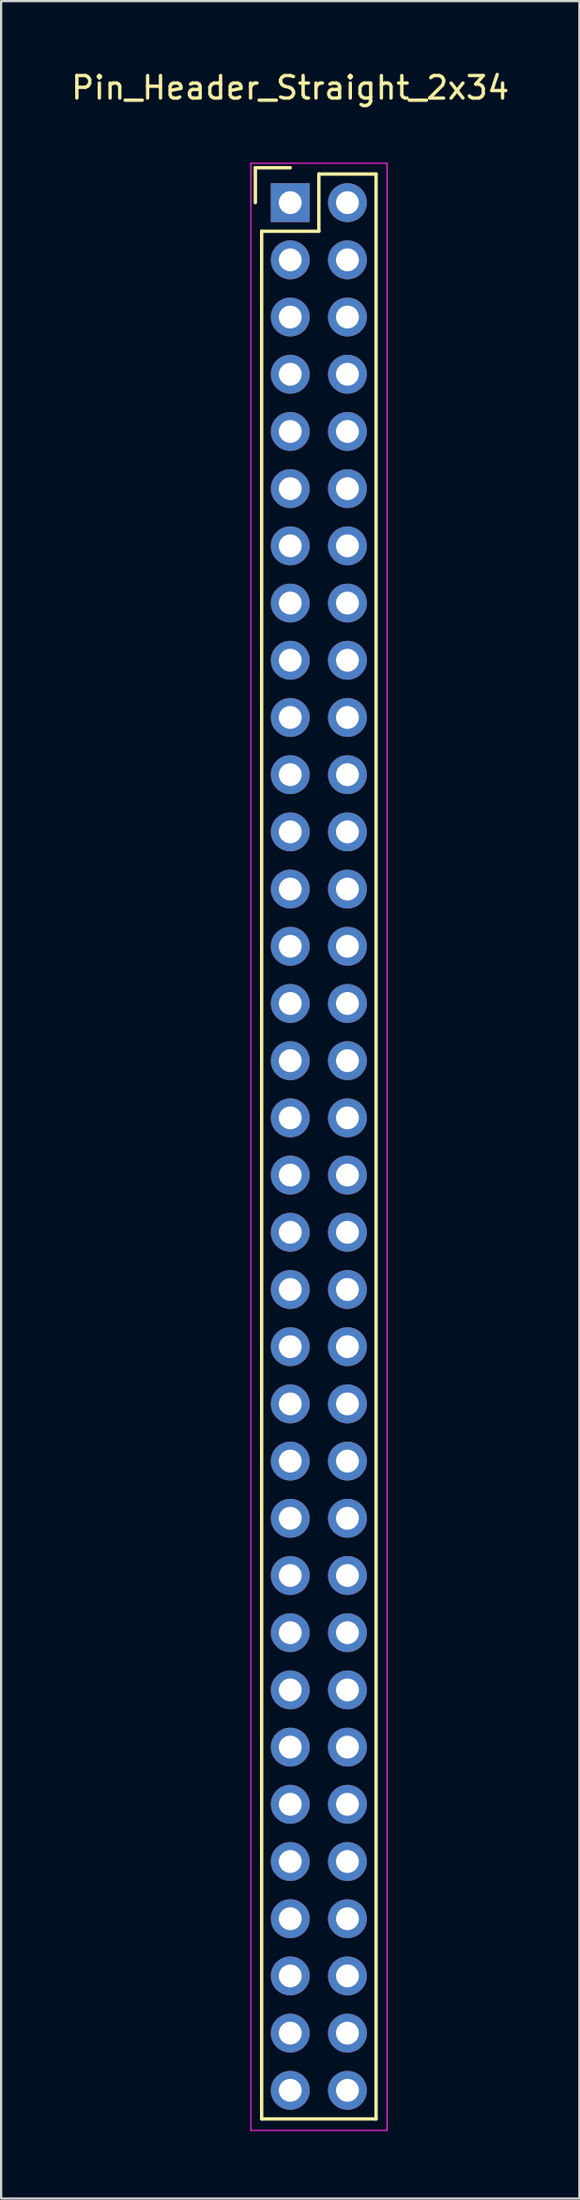
<source format=kicad_pcb>
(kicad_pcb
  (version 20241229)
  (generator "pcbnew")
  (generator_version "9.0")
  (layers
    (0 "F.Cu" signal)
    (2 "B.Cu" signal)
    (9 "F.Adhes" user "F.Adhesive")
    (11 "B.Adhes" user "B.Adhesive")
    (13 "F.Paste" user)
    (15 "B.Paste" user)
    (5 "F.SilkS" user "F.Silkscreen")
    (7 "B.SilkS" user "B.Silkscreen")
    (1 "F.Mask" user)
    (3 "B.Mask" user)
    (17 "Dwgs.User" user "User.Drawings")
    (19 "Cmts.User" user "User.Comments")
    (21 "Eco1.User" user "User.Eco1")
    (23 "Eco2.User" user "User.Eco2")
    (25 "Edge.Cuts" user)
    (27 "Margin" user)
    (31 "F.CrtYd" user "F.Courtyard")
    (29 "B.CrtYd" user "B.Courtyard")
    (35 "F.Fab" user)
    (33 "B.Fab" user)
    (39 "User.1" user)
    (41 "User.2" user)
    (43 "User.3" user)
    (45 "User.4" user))
  (footprint "Pin_Header_Straight_2x34"
    (layer "F.Cu")
    (at 9.839 5.948)
    (property "Reference" "Pin_Header_Straight_2x34" (at 0 -5.1 0) (layer "F.SilkS") (effects (font (size 1 1) (thickness 0.15))))
    (attr through_hole)
    (fp_line (start -1.55 -1.55) (end -1.55 0) (stroke (width 0.15) (type solid)) (layer "F.SilkS"))
    (fp_line (start -1.27 1.27) (end -1.27 85.09) (stroke (width 0.15) (type solid)) (layer "F.SilkS"))
    (fp_line (start 0 -1.55) (end -1.55 -1.55) (stroke (width 0.15) (type solid)) (layer "F.SilkS"))
    (fp_line (start 1.27 -1.27) (end 1.27 1.27) (stroke (width 0.15) (type solid)) (layer "F.SilkS"))
    (fp_line (start 1.27 1.27) (end -1.27 1.27) (stroke (width 0.15) (type solid)) (layer "F.SilkS"))
    (fp_line (start 3.81 -1.27) (end 1.27 -1.27) (stroke (width 0.15) (type solid)) (layer "F.SilkS"))
    (fp_line (start 3.81 85.09) (end -1.27 85.09) (stroke (width 0.15) (type solid)) (layer "F.SilkS"))
    (fp_line (start 3.81 85.09) (end 3.81 -1.27) (stroke (width 0.15) (type solid)) (layer "F.SilkS"))
    (fp_line (start -1.75 -1.75) (end -1.75 85.6) (stroke (width 0.05) (type solid)) (layer "F.CrtYd"))
    (fp_line (start -1.75 -1.75) (end 4.3 -1.75) (stroke (width 0.05) (type solid)) (layer "F.CrtYd"))
    (fp_line (start -1.75 85.6) (end 4.3 85.6) (stroke (width 0.05) (type solid)) (layer "F.CrtYd"))
    (fp_line (start 4.3 -1.75) (end 4.3 85.6) (stroke (width 0.05) (type solid)) (layer "F.CrtYd"))
    (pad "1" thru_hole rect (at 0 0) (size 1.727 1.727) (drill 1.016) (layers "*.Cu" "*.Mask"))
    (pad "2" thru_hole oval (at 2.54 0) (size 1.727 1.727) (drill 1.016) (layers "*.Cu" "*.Mask"))
    (pad "3" thru_hole oval (at 0 2.54) (size 1.727 1.727) (drill 1.016) (layers "*.Cu" "*.Mask"))
    (pad "4" thru_hole oval (at 2.54 2.54) (size 1.727 1.727) (drill 1.016) (layers "*.Cu" "*.Mask"))
    (pad "5" thru_hole oval (at 0 5.08) (size 1.727 1.727) (drill 1.016) (layers "*.Cu" "*.Mask"))
    (pad "6" thru_hole oval (at 2.54 5.08) (size 1.727 1.727) (drill 1.016) (layers "*.Cu" "*.Mask"))
    (pad "7" thru_hole oval (at 0 7.62) (size 1.727 1.727) (drill 1.016) (layers "*.Cu" "*.Mask"))
    (pad "8" thru_hole oval (at 2.54 7.62) (size 1.727 1.727) (drill 1.016) (layers "*.Cu" "*.Mask"))
    (pad "9" thru_hole oval (at 0 10.16) (size 1.727 1.727) (drill 1.016) (layers "*.Cu" "*.Mask"))
    (pad "10" thru_hole oval (at 2.54 10.16) (size 1.727 1.727) (drill 1.016) (layers "*.Cu" "*.Mask"))
    (pad "11" thru_hole oval (at 0 12.7) (size 1.727 1.727) (drill 1.016) (layers "*.Cu" "*.Mask"))
    (pad "12" thru_hole oval (at 2.54 12.7) (size 1.727 1.727) (drill 1.016) (layers "*.Cu" "*.Mask"))
    (pad "13" thru_hole oval (at 0 15.24) (size 1.727 1.727) (drill 1.016) (layers "*.Cu" "*.Mask"))
    (pad "14" thru_hole oval (at 2.54 15.24) (size 1.727 1.727) (drill 1.016) (layers "*.Cu" "*.Mask"))
    (pad "15" thru_hole oval (at 0 17.78) (size 1.727 1.727) (drill 1.016) (layers "*.Cu" "*.Mask"))
    (pad "16" thru_hole oval (at 2.54 17.78) (size 1.727 1.727) (drill 1.016) (layers "*.Cu" "*.Mask"))
    (pad "17" thru_hole oval (at 0 20.32) (size 1.727 1.727) (drill 1.016) (layers "*.Cu" "*.Mask"))
    (pad "18" thru_hole oval (at 2.54 20.32) (size 1.727 1.727) (drill 1.016) (layers "*.Cu" "*.Mask"))
    (pad "19" thru_hole oval (at 0 22.86) (size 1.727 1.727) (drill 1.016) (layers "*.Cu" "*.Mask"))
    (pad "20" thru_hole oval (at 2.54 22.86) (size 1.727 1.727) (drill 1.016) (layers "*.Cu" "*.Mask"))
    (pad "21" thru_hole oval (at 0 25.4) (size 1.727 1.727) (drill 1.016) (layers "*.Cu" "*.Mask"))
    (pad "22" thru_hole oval (at 2.54 25.4) (size 1.727 1.727) (drill 1.016) (layers "*.Cu" "*.Mask"))
    (pad "23" thru_hole oval (at 0 27.94) (size 1.727 1.727) (drill 1.016) (layers "*.Cu" "*.Mask"))
    (pad "24" thru_hole oval (at 2.54 27.94) (size 1.727 1.727) (drill 1.016) (layers "*.Cu" "*.Mask"))
    (pad "25" thru_hole oval (at 0 30.48) (size 1.727 1.727) (drill 1.016) (layers "*.Cu" "*.Mask"))
    (pad "26" thru_hole oval (at 2.54 30.48) (size 1.727 1.727) (drill 1.016) (layers "*.Cu" "*.Mask"))
    (pad "27" thru_hole oval (at 0 33.02) (size 1.727 1.727) (drill 1.016) (layers "*.Cu" "*.Mask"))
    (pad "28" thru_hole oval (at 2.54 33.02) (size 1.727 1.727) (drill 1.016) (layers "*.Cu" "*.Mask"))
    (pad "29" thru_hole oval (at 0 35.56) (size 1.727 1.727) (drill 1.016) (layers "*.Cu" "*.Mask"))
    (pad "30" thru_hole oval (at 2.54 35.56) (size 1.727 1.727) (drill 1.016) (layers "*.Cu" "*.Mask"))
    (pad "31" thru_hole oval (at 0 38.1) (size 1.727 1.727) (drill 1.016) (layers "*.Cu" "*.Mask"))
    (pad "32" thru_hole oval (at 2.54 38.1) (size 1.727 1.727) (drill 1.016) (layers "*.Cu" "*.Mask"))
    (pad "33" thru_hole oval (at 0 40.64) (size 1.727 1.727) (drill 1.016) (layers "*.Cu" "*.Mask"))
    (pad "34" thru_hole oval (at 2.54 40.64) (size 1.727 1.727) (drill 1.016) (layers "*.Cu" "*.Mask"))
    (pad "35" thru_hole oval (at 0 43.18) (size 1.727 1.727) (drill 1.016) (layers "*.Cu" "*.Mask"))
    (pad "36" thru_hole oval (at 2.54 43.18) (size 1.727 1.727) (drill 1.016) (layers "*.Cu" "*.Mask"))
    (pad "37" thru_hole oval (at 0 45.72) (size 1.727 1.727) (drill 1.016) (layers "*.Cu" "*.Mask"))
    (pad "38" thru_hole oval (at 2.54 45.72) (size 1.727 1.727) (drill 1.016) (layers "*.Cu" "*.Mask"))
    (pad "39" thru_hole oval (at 0 48.26) (size 1.727 1.727) (drill 1.016) (layers "*.Cu" "*.Mask"))
    (pad "40" thru_hole oval (at 2.54 48.26) (size 1.727 1.727) (drill 1.016) (layers "*.Cu" "*.Mask"))
    (pad "41" thru_hole oval (at 0 50.8) (size 1.727 1.727) (drill 1.016) (layers "*.Cu" "*.Mask"))
    (pad "42" thru_hole oval (at 2.54 50.8) (size 1.727 1.727) (drill 1.016) (layers "*.Cu" "*.Mask"))
    (pad "43" thru_hole oval (at 0 53.34) (size 1.727 1.727) (drill 1.016) (layers "*.Cu" "*.Mask"))
    (pad "44" thru_hole oval (at 2.54 53.34) (size 1.727 1.727) (drill 1.016) (layers "*.Cu" "*.Mask"))
    (pad "45" thru_hole oval (at 0 55.88) (size 1.727 1.727) (drill 1.016) (layers "*.Cu" "*.Mask"))
    (pad "46" thru_hole oval (at 2.54 55.88) (size 1.727 1.727) (drill 1.016) (layers "*.Cu" "*.Mask"))
    (pad "47" thru_hole oval (at 0 58.42) (size 1.727 1.727) (drill 1.016) (layers "*.Cu" "*.Mask"))
    (pad "48" thru_hole oval (at 2.54 58.42) (size 1.727 1.727) (drill 1.016) (layers "*.Cu" "*.Mask"))
    (pad "49" thru_hole oval (at 0 60.96) (size 1.727 1.727) (drill 1.016) (layers "*.Cu" "*.Mask"))
    (pad "50" thru_hole oval (at 2.54 60.96) (size 1.727 1.727) (drill 1.016) (layers "*.Cu" "*.Mask"))
    (pad "51" thru_hole oval (at 0 63.5) (size 1.727 1.727) (drill 1.016) (layers "*.Cu" "*.Mask"))
    (pad "52" thru_hole oval (at 2.54 63.5) (size 1.727 1.727) (drill 1.016) (layers "*.Cu" "*.Mask"))
    (pad "53" thru_hole oval (at 0 66.04) (size 1.727 1.727) (drill 1.016) (layers "*.Cu" "*.Mask"))
    (pad "54" thru_hole oval (at 2.54 66.04) (size 1.727 1.727) (drill 1.016) (layers "*.Cu" "*.Mask"))
    (pad "55" thru_hole oval (at 0 68.58) (size 1.727 1.727) (drill 1.016) (layers "*.Cu" "*.Mask"))
    (pad "56" thru_hole oval (at 2.54 68.58) (size 1.727 1.727) (drill 1.016) (layers "*.Cu" "*.Mask"))
    (pad "57" thru_hole oval (at 0 71.12) (size 1.727 1.727) (drill 1.016) (layers "*.Cu" "*.Mask"))
    (pad "58" thru_hole oval (at 2.54 71.12) (size 1.727 1.727) (drill 1.016) (layers "*.Cu" "*.Mask"))
    (pad "59" thru_hole oval (at 0 73.66) (size 1.727 1.727) (drill 1.016) (layers "*.Cu" "*.Mask"))
    (pad "60" thru_hole oval (at 2.54 73.66) (size 1.727 1.727) (drill 1.016) (layers "*.Cu" "*.Mask"))
    (pad "61" thru_hole oval (at 0 76.2) (size 1.727 1.727) (drill 1.016) (layers "*.Cu" "*.Mask"))
    (pad "62" thru_hole oval (at 2.54 76.2) (size 1.727 1.727) (drill 1.016) (layers "*.Cu" "*.Mask"))
    (pad "63" thru_hole oval (at 0 78.74) (size 1.727 1.727) (drill 1.016) (layers "*.Cu" "*.Mask"))
    (pad "64" thru_hole oval (at 2.54 78.74) (size 1.727 1.727) (drill 1.016) (layers "*.Cu" "*.Mask"))
    (pad "65" thru_hole oval (at 0 81.28) (size 1.727 1.727) (drill 1.016) (layers "*.Cu" "*.Mask"))
    (pad "66" thru_hole oval (at 2.54 81.28) (size 1.727 1.727) (drill 1.016) (layers "*.Cu" "*.Mask"))
    (pad "67" thru_hole oval (at 0 83.82) (size 1.727 1.727) (drill 1.016) (layers "*.Cu" "*.Mask"))
    (pad "68" thru_hole oval (at 2.54 83.82) (size 1.727 1.727) (drill 1.016) (layers "*.Cu" "*.Mask")))
  (gr_rect
    (start -3 -3)
    (end 22.679 94.573)
    (stroke (width 0.1) (type default))
    (fill no)
    (layer "Edge.Cuts")))
</source>
